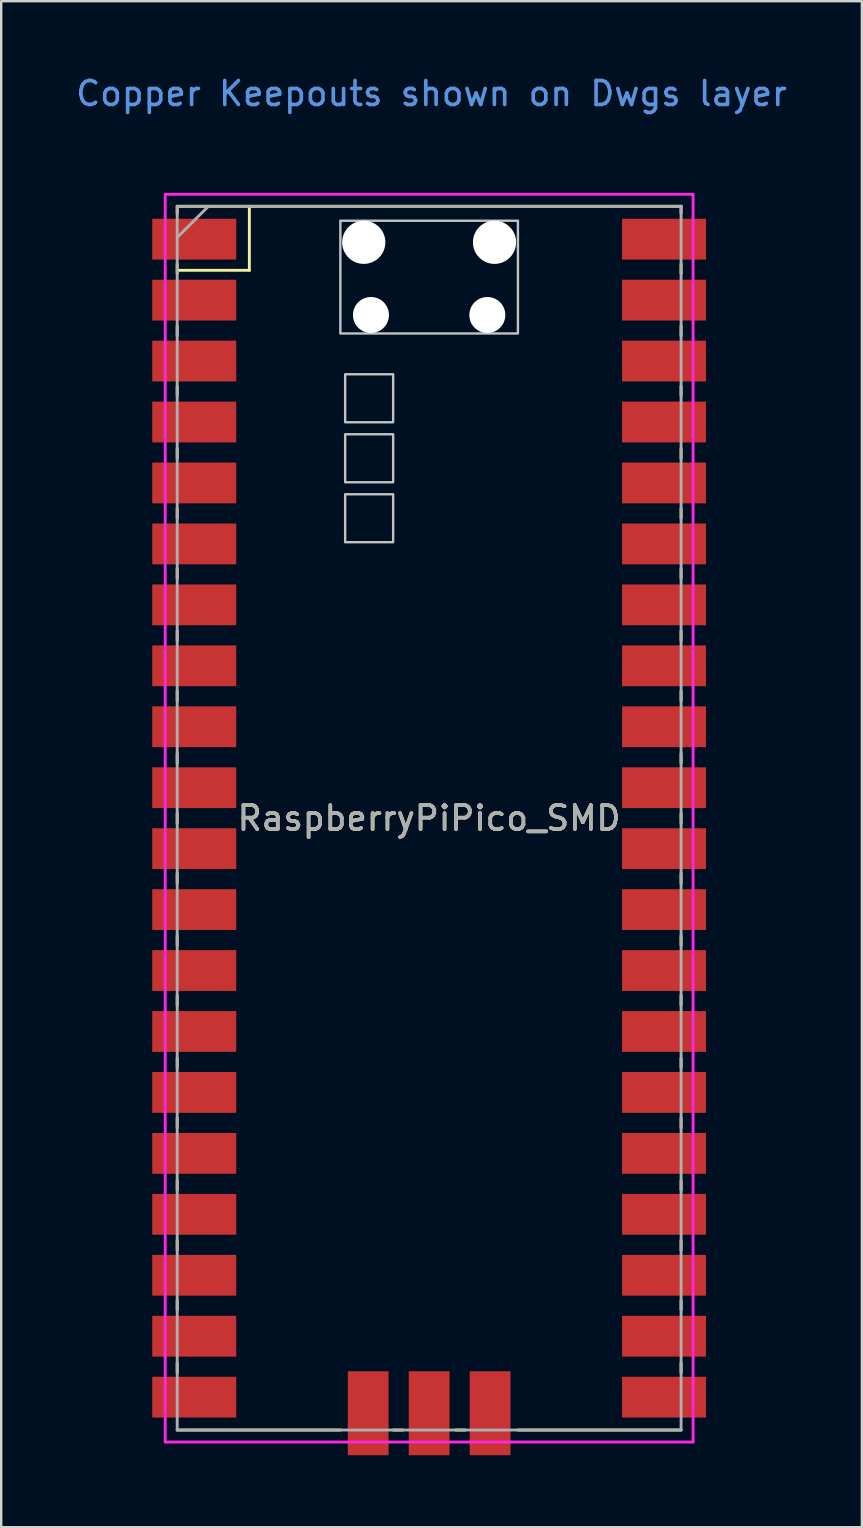
<source format=kicad_pcb>
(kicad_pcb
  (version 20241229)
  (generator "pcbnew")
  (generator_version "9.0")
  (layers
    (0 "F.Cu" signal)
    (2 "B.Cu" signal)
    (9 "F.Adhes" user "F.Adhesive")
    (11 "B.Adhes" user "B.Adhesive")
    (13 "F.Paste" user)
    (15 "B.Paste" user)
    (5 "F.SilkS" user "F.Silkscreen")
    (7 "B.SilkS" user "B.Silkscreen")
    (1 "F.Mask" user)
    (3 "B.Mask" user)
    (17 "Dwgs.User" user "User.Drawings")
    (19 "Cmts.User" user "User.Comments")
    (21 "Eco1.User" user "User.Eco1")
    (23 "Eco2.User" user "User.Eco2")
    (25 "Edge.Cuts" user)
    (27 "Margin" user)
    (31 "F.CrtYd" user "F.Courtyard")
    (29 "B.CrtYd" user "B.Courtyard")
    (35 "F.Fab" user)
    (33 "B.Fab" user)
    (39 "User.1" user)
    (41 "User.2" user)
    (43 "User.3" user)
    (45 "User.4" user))
  (footprint "RaspberryPiPico_SMD"
    (layer "F.Cu")
    (at 14.835 31.048)
    (property "Reference" "RaspberryPiPico_SMD" (at 0 0 0) (layer "F.SilkS") (effects (font (size 1 1) (thickness 0.15))))
    (attr through_hole)
    (fp_line (start -10.5 -25.5) (end -10.5 -25.2) (stroke (width 0.12) (type solid)) (layer "F.SilkS"))
    (fp_line (start -10.5 -25.5) (end 10.5 -25.5) (stroke (width 0.12) (type solid)) (layer "F.SilkS"))
    (fp_line (start -10.5 -23.1) (end -10.5 -22.7) (stroke (width 0.12) (type solid)) (layer "F.SilkS"))
    (fp_line (start -10.5 -22.833) (end -7.493 -22.833) (stroke (width 0.12) (type solid)) (layer "F.SilkS"))
    (fp_line (start -10.5 -20.5) (end -10.5 -20.1) (stroke (width 0.12) (type solid)) (layer "F.SilkS"))
    (fp_line (start -10.5 -18) (end -10.5 -17.6) (stroke (width 0.12) (type solid)) (layer "F.SilkS"))
    (fp_line (start -10.5 -15.4) (end -10.5 -15) (stroke (width 0.12) (type solid)) (layer "F.SilkS"))
    (fp_line (start -10.5 -12.9) (end -10.5 -12.5) (stroke (width 0.12) (type solid)) (layer "F.SilkS"))
    (fp_line (start -10.5 -10.4) (end -10.5 -10) (stroke (width 0.12) (type solid)) (layer "F.SilkS"))
    (fp_line (start -10.5 -7.8) (end -10.5 -7.4) (stroke (width 0.12) (type solid)) (layer "F.SilkS"))
    (fp_line (start -10.5 -5.3) (end -10.5 -4.9) (stroke (width 0.12) (type solid)) (layer "F.SilkS"))
    (fp_line (start -10.5 -2.7) (end -10.5 -2.3) (stroke (width 0.12) (type solid)) (layer "F.SilkS"))
    (fp_line (start -10.5 -0.2) (end -10.5 0.2) (stroke (width 0.12) (type solid)) (layer "F.SilkS"))
    (fp_line (start -10.5 2.3) (end -10.5 2.7) (stroke (width 0.12) (type solid)) (layer "F.SilkS"))
    (fp_line (start -10.5 4.9) (end -10.5 5.3) (stroke (width 0.12) (type solid)) (layer "F.SilkS"))
    (fp_line (start -10.5 7.4) (end -10.5 7.8) (stroke (width 0.12) (type solid)) (layer "F.SilkS"))
    (fp_line (start -10.5 10) (end -10.5 10.4) (stroke (width 0.12) (type solid)) (layer "F.SilkS"))
    (fp_line (start -10.5 12.5) (end -10.5 12.9) (stroke (width 0.12) (type solid)) (layer "F.SilkS"))
    (fp_line (start -10.5 15.1) (end -10.5 15.5) (stroke (width 0.12) (type solid)) (layer "F.SilkS"))
    (fp_line (start -10.5 17.6) (end -10.5 18) (stroke (width 0.12) (type solid)) (layer "F.SilkS"))
    (fp_line (start -10.5 20.1) (end -10.5 20.5) (stroke (width 0.12) (type solid)) (layer "F.SilkS"))
    (fp_line (start -10.5 22.7) (end -10.5 23.1) (stroke (width 0.12) (type solid)) (layer "F.SilkS"))
    (fp_line (start -7.493 -22.833) (end -7.493 -25.5) (stroke (width 0.12) (type solid)) (layer "F.SilkS"))
    (fp_line (start -3.7 25.5) (end -10.5 25.5) (stroke (width 0.12) (type solid)) (layer "F.SilkS"))
    (fp_line (start -1.5 25.5) (end -1.1 25.5) (stroke (width 0.12) (type solid)) (layer "F.SilkS"))
    (fp_line (start 1.1 25.5) (end 1.5 25.5) (stroke (width 0.12) (type solid)) (layer "F.SilkS"))
    (fp_line (start 10.5 -25.5) (end 10.5 -25.2) (stroke (width 0.12) (type solid)) (layer "F.SilkS"))
    (fp_line (start 10.5 -23.1) (end 10.5 -22.7) (stroke (width 0.12) (type solid)) (layer "F.SilkS"))
    (fp_line (start 10.5 -20.5) (end 10.5 -20.1) (stroke (width 0.12) (type solid)) (layer "F.SilkS"))
    (fp_line (start 10.5 -18) (end 10.5 -17.6) (stroke (width 0.12) (type solid)) (layer "F.SilkS"))
    (fp_line (start 10.5 -15.4) (end 10.5 -15) (stroke (width 0.12) (type solid)) (layer "F.SilkS"))
    (fp_line (start 10.5 -12.9) (end 10.5 -12.5) (stroke (width 0.12) (type solid)) (layer "F.SilkS"))
    (fp_line (start 10.5 -10.4) (end 10.5 -10) (stroke (width 0.12) (type solid)) (layer "F.SilkS"))
    (fp_line (start 10.5 -7.8) (end 10.5 -7.4) (stroke (width 0.12) (type solid)) (layer "F.SilkS"))
    (fp_line (start 10.5 -5.3) (end 10.5 -4.9) (stroke (width 0.12) (type solid)) (layer "F.SilkS"))
    (fp_line (start 10.5 -2.7) (end 10.5 -2.3) (stroke (width 0.12) (type solid)) (layer "F.SilkS"))
    (fp_line (start 10.5 -0.2) (end 10.5 0.2) (stroke (width 0.12) (type solid)) (layer "F.SilkS"))
    (fp_line (start 10.5 2.3) (end 10.5 2.7) (stroke (width 0.12) (type solid)) (layer "F.SilkS"))
    (fp_line (start 10.5 4.9) (end 10.5 5.3) (stroke (width 0.12) (type solid)) (layer "F.SilkS"))
    (fp_line (start 10.5 7.4) (end 10.5 7.8) (stroke (width 0.12) (type solid)) (layer "F.SilkS"))
    (fp_line (start 10.5 10) (end 10.5 10.4) (stroke (width 0.12) (type solid)) (layer "F.SilkS"))
    (fp_line (start 10.5 12.5) (end 10.5 12.9) (stroke (width 0.12) (type solid)) (layer "F.SilkS"))
    (fp_line (start 10.5 15.1) (end 10.5 15.5) (stroke (width 0.12) (type solid)) (layer "F.SilkS"))
    (fp_line (start 10.5 17.6) (end 10.5 18) (stroke (width 0.12) (type solid)) (layer "F.SilkS"))
    (fp_line (start 10.5 20.1) (end 10.5 20.5) (stroke (width 0.12) (type solid)) (layer "F.SilkS"))
    (fp_line (start 10.5 22.7) (end 10.5 23.1) (stroke (width 0.12) (type solid)) (layer "F.SilkS"))
    (fp_line (start 10.5 25.5) (end 3.7 25.5) (stroke (width 0.12) (type solid)) (layer "F.SilkS"))
    (fp_poly (pts (xy -1.5 -16.5) (xy -3.5 -16.5) (xy -3.5 -18.5) (xy -1.5 -18.5)) (stroke (width 0.1) (type solid)) (fill no) (layer "Dwgs.User"))
    (fp_poly (pts (xy -1.5 -14) (xy -3.5 -14) (xy -3.5 -16) (xy -1.5 -16)) (stroke (width 0.1) (type solid)) (fill no) (layer "Dwgs.User"))
    (fp_poly (pts (xy -1.5 -11.5) (xy -3.5 -11.5) (xy -3.5 -13.5) (xy -1.5 -13.5)) (stroke (width 0.1) (type solid)) (fill no) (layer "Dwgs.User"))
    (fp_poly (pts (xy 3.7 -20.2) (xy -3.7 -20.2) (xy -3.7 -24.9) (xy 3.7 -24.9)) (stroke (width 0.1) (type solid)) (fill no) (layer "Dwgs.User"))
    (fp_line (start -11 -26) (end 11 -26) (stroke (width 0.12) (type solid)) (layer "F.CrtYd"))
    (fp_line (start -11 26) (end -11 -26) (stroke (width 0.12) (type solid)) (layer "F.CrtYd"))
    (fp_line (start 11 -26) (end 11 26) (stroke (width 0.12) (type solid)) (layer "F.CrtYd"))
    (fp_line (start 11 26) (end -11 26) (stroke (width 0.12) (type solid)) (layer "F.CrtYd"))
    (fp_line (start -10.5 -25.5) (end 10.5 -25.5) (stroke (width 0.12) (type solid)) (layer "F.Fab"))
    (fp_line (start -10.5 -24.2) (end -9.2 -25.5) (stroke (width 0.12) (type solid)) (layer "F.Fab"))
    (fp_line (start -10.5 25.5) (end -10.5 -25.5) (stroke (width 0.12) (type solid)) (layer "F.Fab"))
    (fp_line (start 10.5 -25.5) (end 10.5 25.5) (stroke (width 0.12) (type solid)) (layer "F.Fab"))
    (fp_line (start 10.5 25.5) (end -10.5 25.5) (stroke (width 0.12) (type solid)) (layer "F.Fab"))
    (fp_text user "Copper Keepouts shown on Dwgs layer" (at 0.1 -30.2 0) (layer "Cmts.User") (effects (font (size 1 1) (thickness 0.15))))
    (fp_text user "${REFERENCE}" (at 0 0 180) (layer "F.Fab") (effects (font (size 1 1) (thickness 0.15))))
    (pad "" np_thru_hole oval (at -2.725 -24) (size 1.8 1.8) (drill 1.8) (layers "*.Cu" "*.Mask"))
    (pad "" np_thru_hole oval (at -2.425 -20.97) (size 1.5 1.5) (drill 1.5) (layers "*.Cu" "*.Mask"))
    (pad "" np_thru_hole oval (at 2.425 -20.97) (size 1.5 1.5) (drill 1.5) (layers "*.Cu" "*.Mask"))
    (pad "" np_thru_hole oval (at 2.725 -24) (size 1.8 1.8) (drill 1.8) (layers "*.Cu" "*.Mask"))
    (pad "1" smd rect (at -8.89 -24.13) (size 3.5 1.7) (drill (offset -0.9 0)) (layers "F.Cu" "F.Mask"))
    (pad "2" smd rect (at -8.89 -21.59) (size 3.5 1.7) (drill (offset -0.9 0)) (layers "F.Cu" "F.Mask"))
    (pad "3" smd rect (at -8.89 -19.05) (size 3.5 1.7) (drill (offset -0.9 0)) (layers "F.Cu" "F.Mask"))
    (pad "4" smd rect (at -8.89 -16.51) (size 3.5 1.7) (drill (offset -0.9 0)) (layers "F.Cu" "F.Mask"))
    (pad "5" smd rect (at -8.89 -13.97) (size 3.5 1.7) (drill (offset -0.9 0)) (layers "F.Cu" "F.Mask"))
    (pad "6" smd rect (at -8.89 -11.43) (size 3.5 1.7) (drill (offset -0.9 0)) (layers "F.Cu" "F.Mask"))
    (pad "7" smd rect (at -8.89 -8.89) (size 3.5 1.7) (drill (offset -0.9 0)) (layers "F.Cu" "F.Mask"))
    (pad "8" smd rect (at -8.89 -6.35) (size 3.5 1.7) (drill (offset -0.9 0)) (layers "F.Cu" "F.Mask"))
    (pad "9" smd rect (at -8.89 -3.81) (size 3.5 1.7) (drill (offset -0.9 0)) (layers "F.Cu" "F.Mask"))
    (pad "10" smd rect (at -8.89 -1.27) (size 3.5 1.7) (drill (offset -0.9 0)) (layers "F.Cu" "F.Mask"))
    (pad "11" smd rect (at -8.89 1.27) (size 3.5 1.7) (drill (offset -0.9 0)) (layers "F.Cu" "F.Mask"))
    (pad "12" smd rect (at -8.89 3.81) (size 3.5 1.7) (drill (offset -0.9 0)) (layers "F.Cu" "F.Mask"))
    (pad "13" smd rect (at -8.89 6.35) (size 3.5 1.7) (drill (offset -0.9 0)) (layers "F.Cu" "F.Mask"))
    (pad "14" smd rect (at -8.89 8.89) (size 3.5 1.7) (drill (offset -0.9 0)) (layers "F.Cu" "F.Mask"))
    (pad "15" smd rect (at -8.89 11.43) (size 3.5 1.7) (drill (offset -0.9 0)) (layers "F.Cu" "F.Mask"))
    (pad "16" smd rect (at -8.89 13.97) (size 3.5 1.7) (drill (offset -0.9 0)) (layers "F.Cu" "F.Mask"))
    (pad "17" smd rect (at -8.89 16.51) (size 3.5 1.7) (drill (offset -0.9 0)) (layers "F.Cu" "F.Mask"))
    (pad "18" smd rect (at -8.89 19.05) (size 3.5 1.7) (drill (offset -0.9 0)) (layers "F.Cu" "F.Mask"))
    (pad "19" smd rect (at -8.89 21.59) (size 3.5 1.7) (drill (offset -0.9 0)) (layers "F.Cu" "F.Mask"))
    (pad "20" smd rect (at -8.89 24.13) (size 3.5 1.7) (drill (offset -0.9 0)) (layers "F.Cu" "F.Mask"))
    (pad "21" smd rect (at 8.89 24.13) (size 3.5 1.7) (drill (offset 0.9 0)) (layers "F.Cu" "F.Mask"))
    (pad "22" smd rect (at 8.89 21.59) (size 3.5 1.7) (drill (offset 0.9 0)) (layers "F.Cu" "F.Mask"))
    (pad "23" smd rect (at 8.89 19.05) (size 3.5 1.7) (drill (offset 0.9 0)) (layers "F.Cu" "F.Mask"))
    (pad "24" smd rect (at 8.89 16.51) (size 3.5 1.7) (drill (offset 0.9 0)) (layers "F.Cu" "F.Mask"))
    (pad "25" smd rect (at 8.89 13.97) (size 3.5 1.7) (drill (offset 0.9 0)) (layers "F.Cu" "F.Mask"))
    (pad "26" smd rect (at 8.89 11.43) (size 3.5 1.7) (drill (offset 0.9 0)) (layers "F.Cu" "F.Mask"))
    (pad "27" smd rect (at 8.89 8.89) (size 3.5 1.7) (drill (offset 0.9 0)) (layers "F.Cu" "F.Mask"))
    (pad "28" smd rect (at 8.89 6.35) (size 3.5 1.7) (drill (offset 0.9 0)) (layers "F.Cu" "F.Mask"))
    (pad "29" smd rect (at 8.89 3.81) (size 3.5 1.7) (drill (offset 0.9 0)) (layers "F.Cu" "F.Mask"))
    (pad "30" smd rect (at 8.89 1.27) (size 3.5 1.7) (drill (offset 0.9 0)) (layers "F.Cu" "F.Mask"))
    (pad "31" smd rect (at 8.89 -1.27) (size 3.5 1.7) (drill (offset 0.9 0)) (layers "F.Cu" "F.Mask"))
    (pad "32" smd rect (at 8.89 -3.81) (size 3.5 1.7) (drill (offset 0.9 0)) (layers "F.Cu" "F.Mask"))
    (pad "33" smd rect (at 8.89 -6.35) (size 3.5 1.7) (drill (offset 0.9 0)) (layers "F.Cu" "F.Mask"))
    (pad "34" smd rect (at 8.89 -8.89) (size 3.5 1.7) (drill (offset 0.9 0)) (layers "F.Cu" "F.Mask"))
    (pad "35" smd rect (at 8.89 -11.43) (size 3.5 1.7) (drill (offset 0.9 0)) (layers "F.Cu" "F.Mask"))
    (pad "36" smd rect (at 8.89 -13.97) (size 3.5 1.7) (drill (offset 0.9 0)) (layers "F.Cu" "F.Mask"))
    (pad "37" smd rect (at 8.89 -16.51) (size 3.5 1.7) (drill (offset 0.9 0)) (layers "F.Cu" "F.Mask"))
    (pad "38" smd rect (at 8.89 -19.05) (size 3.5 1.7) (drill (offset 0.9 0)) (layers "F.Cu" "F.Mask"))
    (pad "39" smd rect (at 8.89 -21.59) (size 3.5 1.7) (drill (offset 0.9 0)) (layers "F.Cu" "F.Mask"))
    (pad "40" smd rect (at 8.89 -24.13) (size 3.5 1.7) (drill (offset 0.9 0)) (layers "F.Cu" "F.Mask"))
    (pad "41" smd rect (at -2.54 23.9 90) (size 3.5 1.7) (drill (offset -0.9 0)) (layers "F.Cu" "F.Mask"))
    (pad "42" smd rect (at 0 23.9 90) (size 3.5 1.7) (drill (offset -0.9 0)) (layers "F.Cu" "F.Mask"))
    (pad "43" smd rect (at 2.54 23.9 90) (size 3.5 1.7) (drill (offset -0.9 0)) (layers "F.Cu" "F.Mask")))
  (gr_rect
    (start -3 -3)
    (end 32.869 60.598)
    (stroke (width 0.1) (type default))
    (fill no)
    (layer "Edge.Cuts")))
</source>
